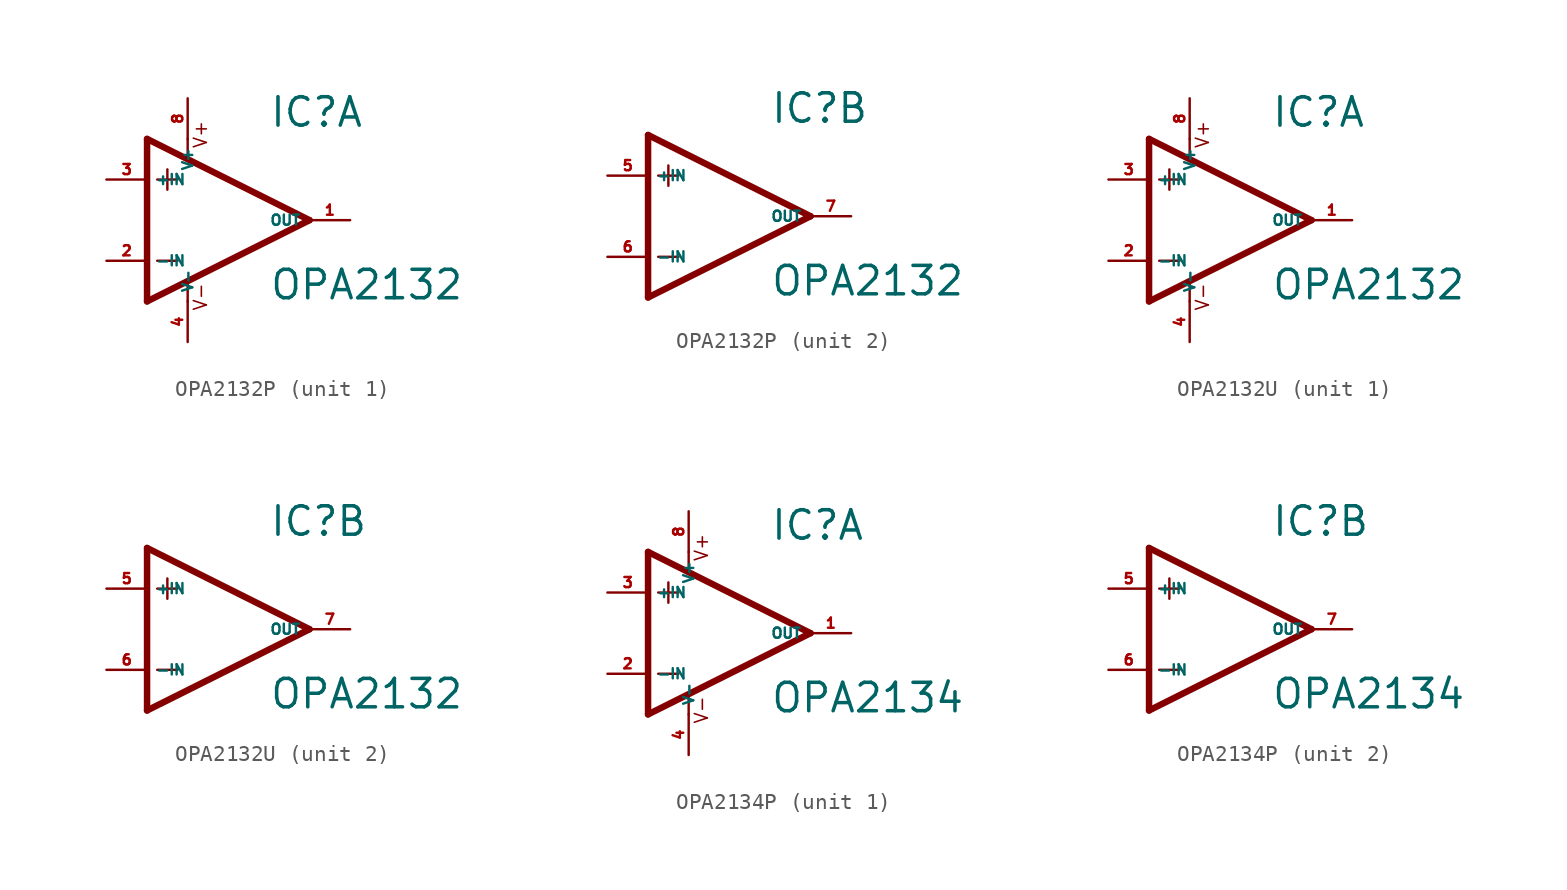
<source format=kicad_sym>
(kicad_symbol_lib
  (version 20220914)
  (generator Eagle2Kicad)
  (symbol "OPA2132P"
    (property "Reference" "IC"
      (at 2.54 5.715 0)
      (effects (font (size 1.778 1.778) (thickness 0.22)) (justify left bottom)))
    (property "Value" "OPA2132"
      (at 2.54 -5.08 0)
      (effects (font (size 1.778 1.778) (thickness 0.22)) (justify left bottom)))
    (symbol "OPA2132P_1_0"
      (polyline (pts (xy -3.81 3.175) (xy -3.81 1.905)) (stroke (width 0.152) (type default)) (fill (type none)))
      (polyline (pts (xy -4.445 2.54) (xy -3.175 2.54)) (stroke (width 0.152) (type default)) (fill (type none)))
      (polyline (pts (xy -4.445 -2.54) (xy -3.175 -2.54)) (stroke (width 0.152) (type default)) (fill (type none)))
      (polyline (pts (xy -2.54 5.08) (xy -2.54 3.886)) (stroke (width 0.152) (type default)) (fill (type none)))
      (polyline (pts (xy -2.54 -3.912) (xy -2.54 -5.08)) (stroke (width 0.152) (type default)) (fill (type none)))
      (polyline (pts (xy 5.08 0) (xy -5.08 5.08)) (stroke (width 0.406) (type default)) (fill (type none)))
      (polyline (pts (xy -5.08 5.08) (xy -5.08 -5.08)) (stroke (width 0.406) (type default)) (fill (type none)))
      (polyline (pts (xy -5.08 -5.08) (xy 5.08 0)) (stroke (width 0.406) (type default)) (fill (type none)))
      (text "V+" (at -1.27 4.445 900) (effects (font (size 0.813 0.813) (thickness 0.10)) (justify left bottom)))
      (text "V-" (at -1.27 -5.715 900) (effects (font (size 0.813 0.813) (thickness 0.10)) (justify left bottom)))
      (pin input line (at -7.62 -2.54 0) (length 2.54) (name "-IN" (effects (font (size 0.635 0.635) (thickness 0.08)) (justify left bottom))) (number "2" (effects (font (size 0.635 0.635) (thickness 0.08)) (justify left bottom))))
      (pin input line (at -7.62 2.54 0) (length 2.54) (name "+IN" (effects (font (size 0.635 0.635) (thickness 0.08)) (justify left bottom))) (number "3" (effects (font (size 0.635 0.635) (thickness 0.08)) (justify left bottom))))
      (pin output line (at 7.62 0 180) (length 2.54) (name "OUT" (effects (font (size 0.635 0.635) (thickness 0.08)) (justify left bottom))) (number "1" (effects (font (size 0.635 0.635) (thickness 0.08)) (justify left bottom))))
      (pin unspecified line (at -2.54 7.62 270) (length 2.54) (name "V+" (effects (font (size 0.635 0.635) (thickness 0.08)) (justify left bottom))) (number "8" (effects (font (size 0.635 0.635) (thickness 0.08)) (justify left bottom))))
      (pin unspecified line (at -2.54 -7.62 90) (length 2.54) (name "V-" (effects (font (size 0.635 0.635) (thickness 0.08)) (justify left bottom))) (number "4" (effects (font (size 0.635 0.635) (thickness 0.08)) (justify left bottom)))))
    (symbol "OPA2132P_2_0"
      (polyline (pts (xy -3.81 3.175) (xy -3.81 1.905)) (stroke (width 0.152) (type default)) (fill (type none)))
      (polyline (pts (xy -4.445 2.54) (xy -3.175 2.54)) (stroke (width 0.152) (type default)) (fill (type none)))
      (polyline (pts (xy -4.445 -2.54) (xy -3.175 -2.54)) (stroke (width 0.152) (type default)) (fill (type none)))
      (polyline (pts (xy 5.08 0) (xy -5.08 5.08)) (stroke (width 0.406) (type default)) (fill (type none)))
      (polyline (pts (xy -5.08 5.08) (xy -5.08 -5.08)) (stroke (width 0.406) (type default)) (fill (type none)))
      (polyline (pts (xy -5.08 -5.08) (xy 5.08 0)) (stroke (width 0.406) (type default)) (fill (type none)))
      (pin input line (at -7.62 -2.54 0) (length 2.54) (name "-IN" (effects (font (size 0.635 0.635) (thickness 0.08)) (justify left bottom))) (number "6" (effects (font (size 0.635 0.635) (thickness 0.08)) (justify left bottom))))
      (pin input line (at -7.62 2.54 0) (length 2.54) (name "+IN" (effects (font (size 0.635 0.635) (thickness 0.08)) (justify left bottom))) (number "5" (effects (font (size 0.635 0.635) (thickness 0.08)) (justify left bottom))))
      (pin output line (at 7.62 0 180) (length 2.54) (name "OUT" (effects (font (size 0.635 0.635) (thickness 0.08)) (justify left bottom))) (number "7" (effects (font (size 0.635 0.635) (thickness 0.08)) (justify left bottom))))))
  (symbol "OPA2132U"
    (property "Reference" "IC"
      (at 2.54 5.715 0)
      (effects (font (size 1.778 1.778) (thickness 0.22)) (justify left bottom)))
    (property "Value" "OPA2132"
      (at 2.54 -5.08 0)
      (effects (font (size 1.778 1.778) (thickness 0.22)) (justify left bottom)))
    (symbol "OPA2132U_1_0"
      (polyline (pts (xy -3.81 3.175) (xy -3.81 1.905)) (stroke (width 0.152) (type default)) (fill (type none)))
      (polyline (pts (xy -4.445 2.54) (xy -3.175 2.54)) (stroke (width 0.152) (type default)) (fill (type none)))
      (polyline (pts (xy -4.445 -2.54) (xy -3.175 -2.54)) (stroke (width 0.152) (type default)) (fill (type none)))
      (polyline (pts (xy -2.54 5.08) (xy -2.54 3.886)) (stroke (width 0.152) (type default)) (fill (type none)))
      (polyline (pts (xy -2.54 -3.912) (xy -2.54 -5.08)) (stroke (width 0.152) (type default)) (fill (type none)))
      (polyline (pts (xy 5.08 0) (xy -5.08 5.08)) (stroke (width 0.406) (type default)) (fill (type none)))
      (polyline (pts (xy -5.08 5.08) (xy -5.08 -5.08)) (stroke (width 0.406) (type default)) (fill (type none)))
      (polyline (pts (xy -5.08 -5.08) (xy 5.08 0)) (stroke (width 0.406) (type default)) (fill (type none)))
      (text "V+" (at -1.27 4.445 900) (effects (font (size 0.813 0.813) (thickness 0.10)) (justify left bottom)))
      (text "V-" (at -1.27 -5.715 900) (effects (font (size 0.813 0.813) (thickness 0.10)) (justify left bottom)))
      (pin input line (at -7.62 -2.54 0) (length 2.54) (name "-IN" (effects (font (size 0.635 0.635) (thickness 0.08)) (justify left bottom))) (number "2" (effects (font (size 0.635 0.635) (thickness 0.08)) (justify left bottom))))
      (pin input line (at -7.62 2.54 0) (length 2.54) (name "+IN" (effects (font (size 0.635 0.635) (thickness 0.08)) (justify left bottom))) (number "3" (effects (font (size 0.635 0.635) (thickness 0.08)) (justify left bottom))))
      (pin output line (at 7.62 0 180) (length 2.54) (name "OUT" (effects (font (size 0.635 0.635) (thickness 0.08)) (justify left bottom))) (number "1" (effects (font (size 0.635 0.635) (thickness 0.08)) (justify left bottom))))
      (pin unspecified line (at -2.54 7.62 270) (length 2.54) (name "V+" (effects (font (size 0.635 0.635) (thickness 0.08)) (justify left bottom))) (number "8" (effects (font (size 0.635 0.635) (thickness 0.08)) (justify left bottom))))
      (pin unspecified line (at -2.54 -7.62 90) (length 2.54) (name "V-" (effects (font (size 0.635 0.635) (thickness 0.08)) (justify left bottom))) (number "4" (effects (font (size 0.635 0.635) (thickness 0.08)) (justify left bottom)))))
    (symbol "OPA2132U_2_0"
      (polyline (pts (xy -3.81 3.175) (xy -3.81 1.905)) (stroke (width 0.152) (type default)) (fill (type none)))
      (polyline (pts (xy -4.445 2.54) (xy -3.175 2.54)) (stroke (width 0.152) (type default)) (fill (type none)))
      (polyline (pts (xy -4.445 -2.54) (xy -3.175 -2.54)) (stroke (width 0.152) (type default)) (fill (type none)))
      (polyline (pts (xy 5.08 0) (xy -5.08 5.08)) (stroke (width 0.406) (type default)) (fill (type none)))
      (polyline (pts (xy -5.08 5.08) (xy -5.08 -5.08)) (stroke (width 0.406) (type default)) (fill (type none)))
      (polyline (pts (xy -5.08 -5.08) (xy 5.08 0)) (stroke (width 0.406) (type default)) (fill (type none)))
      (pin input line (at -7.62 -2.54 0) (length 2.54) (name "-IN" (effects (font (size 0.635 0.635) (thickness 0.08)) (justify left bottom))) (number "6" (effects (font (size 0.635 0.635) (thickness 0.08)) (justify left bottom))))
      (pin input line (at -7.62 2.54 0) (length 2.54) (name "+IN" (effects (font (size 0.635 0.635) (thickness 0.08)) (justify left bottom))) (number "5" (effects (font (size 0.635 0.635) (thickness 0.08)) (justify left bottom))))
      (pin output line (at 7.62 0 180) (length 2.54) (name "OUT" (effects (font (size 0.635 0.635) (thickness 0.08)) (justify left bottom))) (number "7" (effects (font (size 0.635 0.635) (thickness 0.08)) (justify left bottom))))))
  (symbol "OPA2134P"
    (property "Reference" "IC"
      (at 2.54 5.715 0)
      (effects (font (size 1.778 1.778) (thickness 0.22)) (justify left bottom)))
    (property "Value" "OPA2134"
      (at 2.54 -5.08 0)
      (effects (font (size 1.778 1.778) (thickness 0.22)) (justify left bottom)))
    (symbol "OPA2134P_1_0"
      (polyline (pts (xy -3.81 3.175) (xy -3.81 1.905)) (stroke (width 0.152) (type default)) (fill (type none)))
      (polyline (pts (xy -4.445 2.54) (xy -3.175 2.54)) (stroke (width 0.152) (type default)) (fill (type none)))
      (polyline (pts (xy -4.445 -2.54) (xy -3.175 -2.54)) (stroke (width 0.152) (type default)) (fill (type none)))
      (polyline (pts (xy -2.54 5.08) (xy -2.54 3.886)) (stroke (width 0.152) (type default)) (fill (type none)))
      (polyline (pts (xy -2.54 -3.912) (xy -2.54 -5.08)) (stroke (width 0.152) (type default)) (fill (type none)))
      (polyline (pts (xy 5.08 0) (xy -5.08 5.08)) (stroke (width 0.406) (type default)) (fill (type none)))
      (polyline (pts (xy -5.08 5.08) (xy -5.08 -5.08)) (stroke (width 0.406) (type default)) (fill (type none)))
      (polyline (pts (xy -5.08 -5.08) (xy 5.08 0)) (stroke (width 0.406) (type default)) (fill (type none)))
      (text "V+" (at -1.27 4.445 900) (effects (font (size 0.813 0.813) (thickness 0.10)) (justify left bottom)))
      (text "V-" (at -1.27 -5.715 900) (effects (font (size 0.813 0.813) (thickness 0.10)) (justify left bottom)))
      (pin input line (at -7.62 -2.54 0) (length 2.54) (name "-IN" (effects (font (size 0.635 0.635) (thickness 0.08)) (justify left bottom))) (number "2" (effects (font (size 0.635 0.635) (thickness 0.08)) (justify left bottom))))
      (pin input line (at -7.62 2.54 0) (length 2.54) (name "+IN" (effects (font (size 0.635 0.635) (thickness 0.08)) (justify left bottom))) (number "3" (effects (font (size 0.635 0.635) (thickness 0.08)) (justify left bottom))))
      (pin output line (at 7.62 0 180) (length 2.54) (name "OUT" (effects (font (size 0.635 0.635) (thickness 0.08)) (justify left bottom))) (number "1" (effects (font (size 0.635 0.635) (thickness 0.08)) (justify left bottom))))
      (pin unspecified line (at -2.54 7.62 270) (length 2.54) (name "V+" (effects (font (size 0.635 0.635) (thickness 0.08)) (justify left bottom))) (number "8" (effects (font (size 0.635 0.635) (thickness 0.08)) (justify left bottom))))
      (pin unspecified line (at -2.54 -7.62 90) (length 2.54) (name "V-" (effects (font (size 0.635 0.635) (thickness 0.08)) (justify left bottom))) (number "4" (effects (font (size 0.635 0.635) (thickness 0.08)) (justify left bottom)))))
    (symbol "OPA2134P_2_0"
      (polyline (pts (xy -3.81 3.175) (xy -3.81 1.905)) (stroke (width 0.152) (type default)) (fill (type none)))
      (polyline (pts (xy -4.445 2.54) (xy -3.175 2.54)) (stroke (width 0.152) (type default)) (fill (type none)))
      (polyline (pts (xy -4.445 -2.54) (xy -3.175 -2.54)) (stroke (width 0.152) (type default)) (fill (type none)))
      (polyline (pts (xy 5.08 0) (xy -5.08 5.08)) (stroke (width 0.406) (type default)) (fill (type none)))
      (polyline (pts (xy -5.08 5.08) (xy -5.08 -5.08)) (stroke (width 0.406) (type default)) (fill (type none)))
      (polyline (pts (xy -5.08 -5.08) (xy 5.08 0)) (stroke (width 0.406) (type default)) (fill (type none)))
      (pin input line (at -7.62 -2.54 0) (length 2.54) (name "-IN" (effects (font (size 0.635 0.635) (thickness 0.08)) (justify left bottom))) (number "6" (effects (font (size 0.635 0.635) (thickness 0.08)) (justify left bottom))))
      (pin input line (at -7.62 2.54 0) (length 2.54) (name "+IN" (effects (font (size 0.635 0.635) (thickness 0.08)) (justify left bottom))) (number "5" (effects (font (size 0.635 0.635) (thickness 0.08)) (justify left bottom))))
      (pin output line (at 7.62 0 180) (length 2.54) (name "OUT" (effects (font (size 0.635 0.635) (thickness 0.08)) (justify left bottom))) (number "7" (effects (font (size 0.635 0.635) (thickness 0.08)) (justify left bottom)))))))
</source>
